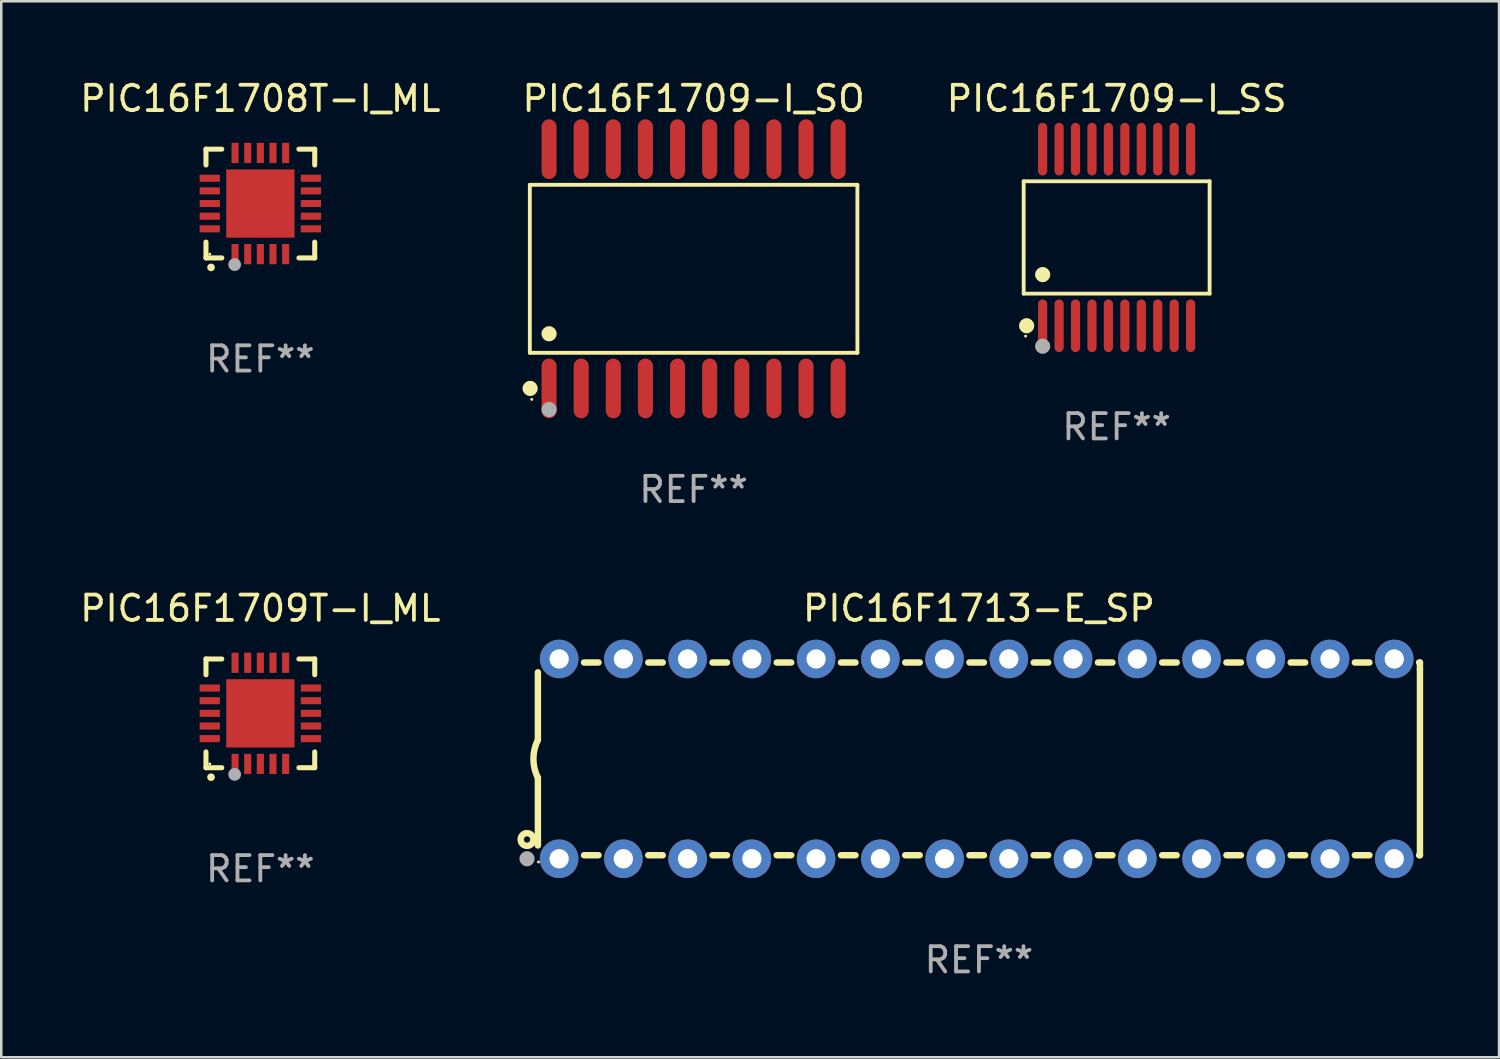
<source format=kicad_pcb>
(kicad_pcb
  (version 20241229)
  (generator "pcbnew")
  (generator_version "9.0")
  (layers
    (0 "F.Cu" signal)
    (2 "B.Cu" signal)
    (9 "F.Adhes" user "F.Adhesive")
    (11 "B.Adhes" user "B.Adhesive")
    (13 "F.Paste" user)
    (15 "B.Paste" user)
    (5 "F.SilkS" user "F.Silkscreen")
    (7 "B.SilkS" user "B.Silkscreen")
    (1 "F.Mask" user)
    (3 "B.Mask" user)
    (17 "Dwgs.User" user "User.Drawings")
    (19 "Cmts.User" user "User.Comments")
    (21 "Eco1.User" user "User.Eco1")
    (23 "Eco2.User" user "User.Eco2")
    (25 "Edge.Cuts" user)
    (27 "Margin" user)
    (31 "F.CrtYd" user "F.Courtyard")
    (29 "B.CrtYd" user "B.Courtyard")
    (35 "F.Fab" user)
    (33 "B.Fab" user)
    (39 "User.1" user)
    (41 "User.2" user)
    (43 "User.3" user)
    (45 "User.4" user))
  (footprint "PIC16F1709-I_SO"
    (layer "F.Cu")
    (at 24.375 7.578)
    (property "Reference" "PIC16F1709-I_SO" (at 0 -6.73 0) (layer "F.SilkS") (effects (font (size 1 1) (thickness 0.15))))
    (attr through_hole)
    (fp_line (start -6.476 -3.321) (end 6.476 -3.321) (stroke (width 0.152) (type solid)) (layer "F.SilkS"))
    (fp_line (start -6.476 3.321) (end -6.476 -3.321) (stroke (width 0.152) (type solid)) (layer "F.SilkS"))
    (fp_line (start 6.476 -3.321) (end 6.476 3.321) (stroke (width 0.152) (type solid)) (layer "F.SilkS"))
    (fp_line (start 6.476 3.321) (end -6.476 3.321) (stroke (width 0.152) (type solid)) (layer "F.SilkS"))
    (fp_circle (center -6.465 4.73) (end -6.315 4.73) (stroke (width 0.3) (type solid)) (fill no) (layer "F.SilkS"))
    (fp_circle (center -6.4 5.163) (end -6.37 5.163) (stroke (width 0.06) (type solid)) (fill no) (layer "F.SilkS"))
    (fp_circle (center -5.715 2.569) (end -5.565 2.569) (stroke (width 0.3) (type solid)) (fill no) (layer "F.SilkS"))
    (fp_circle (center -5.715 5.563) (end -5.565 5.563) (stroke (width 0.3) (type solid)) (fill no) (layer "F.Fab"))
    (fp_text user "REF**" (at 0 8.73 0) (layer "F.Fab") (effects (font (size 1 1) (thickness 0.15))))
    (pad "1" smd oval (at -5.715 4.73) (size 0.595 2.36) (layers "F.Cu" "F.Mask" "F.Paste"))
    (pad "2" smd oval (at -4.445 4.73) (size 0.595 2.36) (layers "F.Cu" "F.Mask" "F.Paste"))
    (pad "3" smd oval (at -3.175 4.73) (size 0.595 2.36) (layers "F.Cu" "F.Mask" "F.Paste"))
    (pad "4" smd oval (at -1.905 4.73) (size 0.595 2.36) (layers "F.Cu" "F.Mask" "F.Paste"))
    (pad "5" smd oval (at -0.635 4.73) (size 0.595 2.36) (layers "F.Cu" "F.Mask" "F.Paste"))
    (pad "6" smd oval (at 0.635 4.73) (size 0.595 2.36) (layers "F.Cu" "F.Mask" "F.Paste"))
    (pad "7" smd oval (at 1.905 4.73) (size 0.595 2.36) (layers "F.Cu" "F.Mask" "F.Paste"))
    (pad "8" smd oval (at 3.175 4.73) (size 0.595 2.36) (layers "F.Cu" "F.Mask" "F.Paste"))
    (pad "9" smd oval (at 4.445 4.73) (size 0.595 2.36) (layers "F.Cu" "F.Mask" "F.Paste"))
    (pad "10" smd oval (at 5.715 4.73) (size 0.595 2.36) (layers "F.Cu" "F.Mask" "F.Paste"))
    (pad "11" smd oval (at 5.715 -4.73) (size 0.595 2.36) (layers "F.Cu" "F.Mask" "F.Paste"))
    (pad "12" smd oval (at 4.445 -4.73) (size 0.595 2.36) (layers "F.Cu" "F.Mask" "F.Paste"))
    (pad "13" smd oval (at 3.175 -4.73) (size 0.595 2.36) (layers "F.Cu" "F.Mask" "F.Paste"))
    (pad "14" smd oval (at 1.905 -4.73) (size 0.595 2.36) (layers "F.Cu" "F.Mask" "F.Paste"))
    (pad "15" smd oval (at 0.635 -4.73) (size 0.595 2.36) (layers "F.Cu" "F.Mask" "F.Paste"))
    (pad "16" smd oval (at -0.635 -4.73) (size 0.595 2.36) (layers "F.Cu" "F.Mask" "F.Paste"))
    (pad "17" smd oval (at -1.905 -4.73) (size 0.595 2.36) (layers "F.Cu" "F.Mask" "F.Paste"))
    (pad "18" smd oval (at -3.175 -4.73) (size 0.595 2.36) (layers "F.Cu" "F.Mask" "F.Paste"))
    (pad "19" smd oval (at -4.445 -4.73) (size 0.595 2.36) (layers "F.Cu" "F.Mask" "F.Paste"))
    (pad "20" smd oval (at -5.715 -4.73) (size 0.595 2.36) (layers "F.Cu" "F.Mask" "F.Paste")))
  (footprint "PIC16F1709T-I_ML"
    (layer "F.Cu")
    (at 7.244 25.155)
    (property "Reference" "PIC16F1709T-I_ML" (at 0 -4.15 0) (layer "F.SilkS") (effects (font (size 1 1) (thickness 0.15))))
    (attr through_hole)
    (fp_line (start -2.15 -2.15) (end -2.15 -1.525) (stroke (width 0.2) (type solid)) (layer "F.SilkS"))
    (fp_line (start -2.15 2.15) (end -2.15 1.525) (stroke (width 0.2) (type solid)) (layer "F.SilkS"))
    (fp_line (start -1.525 -2.15) (end -2.15 -2.15) (stroke (width 0.2) (type solid)) (layer "F.SilkS"))
    (fp_line (start -1.525 2.15) (end -2.15 2.15) (stroke (width 0.2) (type solid)) (layer "F.SilkS"))
    (fp_line (start 1.525 2.15) (end 2.15 2.15) (stroke (width 0.2) (type solid)) (layer "F.SilkS"))
    (fp_line (start 2.15 -2.15) (end 1.525 -2.15) (stroke (width 0.2) (type solid)) (layer "F.SilkS"))
    (fp_line (start 2.15 -1.525) (end 2.15 -2.15) (stroke (width 0.2) (type solid)) (layer "F.SilkS"))
    (fp_line (start 2.15 2.15) (end 2.15 1.525) (stroke (width 0.2) (type solid)) (layer "F.SilkS"))
    (fp_arc (start -1.950724 2.524765) (mid -1.949454 2.52476) (end -1.948184 2.524765) (stroke (width 0.3) (type solid)) (layer "F.SilkS"))
    (fp_circle (center -2 2) (end -1.97 2) (stroke (width 0.06) (type solid)) (fill no) (layer "F.SilkS"))
    (fp_circle (center -1.016 2.413) (end -0.889 2.413) (stroke (width 0.254) (type solid)) (fill no) (layer "F.Fab"))
    (fp_text user "REF**" (at 0 6.15 0) (layer "F.Fab") (effects (font (size 1 1) (thickness 0.15))))
    (pad "1" smd rect (at -1 2) (size 0.28 0.8) (layers "F.Cu" "F.Mask" "F.Paste"))
    (pad "2" smd rect (at -0.5 2) (size 0.28 0.8) (layers "F.Cu" "F.Mask" "F.Paste"))
    (pad "3" smd rect (at 0 2) (size 0.28 0.8) (layers "F.Cu" "F.Mask" "F.Paste"))
    (pad "4" smd rect (at 0.5 2) (size 0.28 0.8) (layers "F.Cu" "F.Mask" "F.Paste"))
    (pad "5" smd rect (at 1 2) (size 0.28 0.8) (layers "F.Cu" "F.Mask" "F.Paste"))
    (pad "6" smd rect (at 2 1) (size 0.8 0.28) (layers "F.Cu" "F.Mask" "F.Paste"))
    (pad "7" smd rect (at 2 0.5) (size 0.8 0.28) (layers "F.Cu" "F.Mask" "F.Paste"))
    (pad "8" smd rect (at 2 0) (size 0.8 0.28) (layers "F.Cu" "F.Mask" "F.Paste"))
    (pad "9" smd rect (at 2 -0.5) (size 0.8 0.28) (layers "F.Cu" "F.Mask" "F.Paste"))
    (pad "10" smd rect (at 2 -1) (size 0.8 0.28) (layers "F.Cu" "F.Mask" "F.Paste"))
    (pad "11" smd rect (at 1 -2) (size 0.28 0.8) (layers "F.Cu" "F.Mask" "F.Paste"))
    (pad "12" smd rect (at 0.5 -2) (size 0.28 0.8) (layers "F.Cu" "F.Mask" "F.Paste"))
    (pad "13" smd rect (at 0 -2) (size 0.28 0.8) (layers "F.Cu" "F.Mask" "F.Paste"))
    (pad "14" smd rect (at -0.5 -2) (size 0.28 0.8) (layers "F.Cu" "F.Mask" "F.Paste"))
    (pad "15" smd rect (at -1 -2) (size 0.28 0.8) (layers "F.Cu" "F.Mask" "F.Paste"))
    (pad "16" smd rect (at -2 -1) (size 0.8 0.28) (layers "F.Cu" "F.Mask" "F.Paste"))
    (pad "17" smd rect (at -2 -0.5) (size 0.8 0.28) (layers "F.Cu" "F.Mask" "F.Paste"))
    (pad "18" smd rect (at -2 0) (size 0.8 0.28) (layers "F.Cu" "F.Mask" "F.Paste"))
    (pad "19" smd rect (at -2 0.5) (size 0.8 0.28) (layers "F.Cu" "F.Mask" "F.Paste"))
    (pad "20" smd rect (at -2 1) (size 0.8 0.28) (layers "F.Cu" "F.Mask" "F.Paste"))
    (pad "21" smd rect (at 0 0) (size 2.7 2.7) (layers "F.Cu" "F.Mask" "F.Paste")))
  (footprint "PIC16F1713-E_SP"
    (layer "F.Cu")
    (at 35.656 26.955)
    (property "Reference" "PIC16F1713-E_SP" (at 0 -5.95 0) (layer "F.SilkS") (effects (font (size 1 1) (thickness 0.15))))
    (attr through_hole)
    (fp_line (start -17.438 0.75) (end -17.438 3.423) (stroke (width 0.254) (type solid)) (layer "F.SilkS"))
    (fp_line (start -17.438 -3.423) (end -17.438 -0.75) (stroke (width 0.254) (type solid)) (layer "F.SilkS"))
    (fp_line (start -15.615 3.81) (end -15.041 3.81) (stroke (width 0.254) (type solid)) (layer "F.SilkS"))
    (fp_line (start -15.041 -3.81) (end -15.614 -3.81) (stroke (width 0.254) (type solid)) (layer "F.SilkS"))
    (fp_line (start -13.075 3.81) (end -12.501 3.81) (stroke (width 0.254) (type solid)) (layer "F.SilkS"))
    (fp_line (start -12.501 -3.81) (end -13.074 -3.81) (stroke (width 0.254) (type solid)) (layer "F.SilkS"))
    (fp_line (start -10.535 3.81) (end -9.961 3.81) (stroke (width 0.254) (type solid)) (layer "F.SilkS"))
    (fp_line (start -9.961 -3.81) (end -10.534 -3.81) (stroke (width 0.254) (type solid)) (layer "F.SilkS"))
    (fp_line (start -7.995 3.81) (end -7.421 3.81) (stroke (width 0.254) (type solid)) (layer "F.SilkS"))
    (fp_line (start -7.421 -3.81) (end -7.995 -3.81) (stroke (width 0.254) (type solid)) (layer "F.SilkS"))
    (fp_line (start -5.455 3.81) (end -4.881 3.81) (stroke (width 0.254) (type solid)) (layer "F.SilkS"))
    (fp_line (start -4.881 -3.81) (end -5.455 -3.81) (stroke (width 0.254) (type solid)) (layer "F.SilkS"))
    (fp_line (start -2.915 3.81) (end -2.341 3.81) (stroke (width 0.254) (type solid)) (layer "F.SilkS"))
    (fp_line (start -2.341 -3.81) (end -2.915 -3.81) (stroke (width 0.254) (type solid)) (layer "F.SilkS"))
    (fp_line (start -0.375 3.81) (end 0.199 3.81) (stroke (width 0.254) (type solid)) (layer "F.SilkS"))
    (fp_line (start 0.199 -3.81) (end -0.375 -3.81) (stroke (width 0.254) (type solid)) (layer "F.SilkS"))
    (fp_line (start 2.165 3.81) (end 2.739 3.81) (stroke (width 0.254) (type solid)) (layer "F.SilkS"))
    (fp_line (start 2.739 -3.81) (end 2.165 -3.81) (stroke (width 0.254) (type solid)) (layer "F.SilkS"))
    (fp_line (start 4.705 3.81) (end 5.279 3.81) (stroke (width 0.254) (type solid)) (layer "F.SilkS"))
    (fp_line (start 5.279 -3.81) (end 4.705 -3.81) (stroke (width 0.254) (type solid)) (layer "F.SilkS"))
    (fp_line (start 7.245 3.81) (end 7.819 3.81) (stroke (width 0.254) (type solid)) (layer "F.SilkS"))
    (fp_line (start 7.819 -3.81) (end 7.245 -3.81) (stroke (width 0.254) (type solid)) (layer "F.SilkS"))
    (fp_line (start 9.785 3.81) (end 10.359 3.81) (stroke (width 0.254) (type solid)) (layer "F.SilkS"))
    (fp_line (start 10.359 -3.81) (end 9.785 -3.81) (stroke (width 0.254) (type solid)) (layer "F.SilkS"))
    (fp_line (start 12.325 3.81) (end 12.899 3.81) (stroke (width 0.254) (type solid)) (layer "F.SilkS"))
    (fp_line (start 12.899 -3.81) (end 12.325 -3.81) (stroke (width 0.254) (type solid)) (layer "F.SilkS"))
    (fp_line (start 14.865 3.81) (end 15.439 3.81) (stroke (width 0.254) (type solid)) (layer "F.SilkS"))
    (fp_line (start 15.439 -3.81) (end 14.865 -3.81) (stroke (width 0.254) (type solid)) (layer "F.SilkS"))
    (fp_line (start 17.405 3.81) (end 17.438 3.81) (stroke (width 0.254) (type solid)) (layer "F.SilkS"))
    (fp_line (start 17.438 -3.81) (end 17.405 -3.81) (stroke (width 0.254) (type solid)) (layer "F.SilkS"))
    (fp_line (start 17.438 -3.556) (end 17.438 -3.81) (stroke (width 0.254) (type solid)) (layer "F.SilkS"))
    (fp_line (start 17.438 3.81) (end 17.438 -3.556) (stroke (width 0.254) (type solid)) (layer "F.SilkS"))
    (fp_arc (start -17.437986 0.749657) (mid -17.614887 -0.000024) (end -17.437783 -0.749657) (stroke (width 0.254001) (type solid)) (layer "F.SilkS"))
    (fp_circle (center -17.868 3.188) (end -17.743 3.188) (stroke (width 0.254) (type solid)) (fill no) (layer "F.SilkS"))
    (fp_circle (center -17.411 4.077) (end -17.381 4.077) (stroke (width 0.06) (type solid)) (fill no) (layer "F.SilkS"))
    (fp_circle (center -17.868 3.95) (end -17.718 3.95) (stroke (width 0.3) (type solid)) (fill no) (layer "F.Fab"))
    (fp_text user "REF**" (at 0 7.95 0) (layer "F.Fab") (effects (font (size 1 1) (thickness 0.15))))
    (pad "1" thru_hole circle (at -16.598 3.95) (size 1.524 1.524) (drill 0.762) (layers "*.Cu" "*.Mask"))
    (pad "2" thru_hole circle (at -14.058 3.95) (size 1.524 1.524) (drill 0.762) (layers "*.Cu" "*.Mask"))
    (pad "3" thru_hole circle (at -11.518 3.95) (size 1.524 1.524) (drill 0.762) (layers "*.Cu" "*.Mask"))
    (pad "4" thru_hole circle (at -8.978 3.95) (size 1.524 1.524) (drill 0.762) (layers "*.Cu" "*.Mask"))
    (pad "5" thru_hole circle (at -6.438 3.95) (size 1.524 1.524) (drill 0.762) (layers "*.Cu" "*.Mask"))
    (pad "6" thru_hole circle (at -3.898 3.95) (size 1.524 1.524) (drill 0.762) (layers "*.Cu" "*.Mask"))
    (pad "7" thru_hole circle (at -1.358 3.95) (size 1.524 1.524) (drill 0.762) (layers "*.Cu" "*.Mask"))
    (pad "8" thru_hole circle (at 1.182 3.95) (size 1.524 1.524) (drill 0.762) (layers "*.Cu" "*.Mask"))
    (pad "9" thru_hole circle (at 3.722 3.95) (size 1.524 1.524) (drill 0.762) (layers "*.Cu" "*.Mask"))
    (pad "10" thru_hole circle (at 6.262 3.95) (size 1.524 1.524) (drill 0.762) (layers "*.Cu" "*.Mask"))
    (pad "11" thru_hole circle (at 8.802 3.95) (size 1.524 1.524) (drill 0.762) (layers "*.Cu" "*.Mask"))
    (pad "12" thru_hole circle (at 11.342 3.95) (size 1.524 1.524) (drill 0.762) (layers "*.Cu" "*.Mask"))
    (pad "13" thru_hole circle (at 13.882 3.95) (size 1.524 1.524) (drill 0.762) (layers "*.Cu" "*.Mask"))
    (pad "14" thru_hole circle (at 16.422 3.95) (size 1.524 1.524) (drill 0.762) (layers "*.Cu" "*.Mask"))
    (pad "15" thru_hole circle (at 16.422 -3.95) (size 1.524 1.524) (drill 0.762) (layers "*.Cu" "*.Mask"))
    (pad "16" thru_hole circle (at 13.882 -3.95) (size 1.524 1.524) (drill 0.762) (layers "*.Cu" "*.Mask"))
    (pad "17" thru_hole circle (at 11.342 -3.95) (size 1.524 1.524) (drill 0.762) (layers "*.Cu" "*.Mask"))
    (pad "18" thru_hole circle (at 8.802 -3.95) (size 1.524 1.524) (drill 0.762) (layers "*.Cu" "*.Mask"))
    (pad "19" thru_hole circle (at 6.262 -3.95) (size 1.524 1.524) (drill 0.762) (layers "*.Cu" "*.Mask"))
    (pad "20" thru_hole circle (at 3.722 -3.95) (size 1.524 1.524) (drill 0.762) (layers "*.Cu" "*.Mask"))
    (pad "21" thru_hole circle (at 1.182 -3.95) (size 1.524 1.524) (drill 0.762) (layers "*.Cu" "*.Mask"))
    (pad "22" thru_hole circle (at -1.358 -3.95) (size 1.524 1.524) (drill 0.762) (layers "*.Cu" "*.Mask"))
    (pad "23" thru_hole circle (at -3.898 -3.95) (size 1.524 1.524) (drill 0.762) (layers "*.Cu" "*.Mask"))
    (pad "24" thru_hole circle (at -6.438 -3.95) (size 1.524 1.524) (drill 0.762) (layers "*.Cu" "*.Mask"))
    (pad "25" thru_hole circle (at -8.978 -3.95) (size 1.524 1.524) (drill 0.762) (layers "*.Cu" "*.Mask"))
    (pad "26" thru_hole circle (at -11.517 -3.95) (size 1.524 1.524) (drill 0.762) (layers "*.Cu" "*.Mask"))
    (pad "27" thru_hole circle (at -14.057 -3.95) (size 1.524 1.524) (drill 0.762) (layers "*.Cu" "*.Mask"))
    (pad "28" thru_hole circle (at -16.597 -3.95) (size 1.524 1.524) (drill 0.762) (layers "*.Cu" "*.Mask")))
  (footprint "PIC16F1709-I_SS"
    (layer "F.Cu")
    (at 41.101 6.339)
    (property "Reference" "PIC16F1709-I_SS" (at 0 -5.491 0) (layer "F.SilkS") (effects (font (size 1 1) (thickness 0.15))))
    (attr through_hole)
    (fp_line (start -3.676 -2.221) (end 3.676 -2.221) (stroke (width 0.152) (type solid)) (layer "F.SilkS"))
    (fp_line (start -3.676 2.221) (end -3.676 -2.221) (stroke (width 0.152) (type solid)) (layer "F.SilkS"))
    (fp_line (start 3.676 -2.221) (end 3.676 2.221) (stroke (width 0.152) (type solid)) (layer "F.SilkS"))
    (fp_line (start 3.676 2.221) (end -3.676 2.221) (stroke (width 0.152) (type solid)) (layer "F.SilkS"))
    (fp_circle (center -3.6 3.9) (end -3.57 3.9) (stroke (width 0.06) (type solid)) (fill no) (layer "F.SilkS"))
    (fp_circle (center -3.559 3.491) (end -3.409 3.491) (stroke (width 0.3) (type solid)) (fill no) (layer "F.SilkS"))
    (fp_circle (center -2.925 1.469) (end -2.775 1.469) (stroke (width 0.3) (type solid)) (fill no) (layer "F.SilkS"))
    (fp_circle (center -2.925 4.3) (end -2.775 4.3) (stroke (width 0.3) (type solid)) (fill no) (layer "F.Fab"))
    (fp_text user "REF**" (at 0 7.491 0) (layer "F.Fab") (effects (font (size 1 1) (thickness 0.15))))
    (pad "1" smd oval (at -2.925 3.491) (size 0.364 2.082) (layers "F.Cu" "F.Mask" "F.Paste"))
    (pad "2" smd oval (at -2.275 3.491) (size 0.364 2.082) (layers "F.Cu" "F.Mask" "F.Paste"))
    (pad "3" smd oval (at -1.625 3.491) (size 0.364 2.082) (layers "F.Cu" "F.Mask" "F.Paste"))
    (pad "4" smd oval (at -0.975 3.491) (size 0.364 2.082) (layers "F.Cu" "F.Mask" "F.Paste"))
    (pad "5" smd oval (at -0.325 3.491) (size 0.364 2.082) (layers "F.Cu" "F.Mask" "F.Paste"))
    (pad "6" smd oval (at 0.325 3.491) (size 0.364 2.082) (layers "F.Cu" "F.Mask" "F.Paste"))
    (pad "7" smd oval (at 0.975 3.491) (size 0.364 2.082) (layers "F.Cu" "F.Mask" "F.Paste"))
    (pad "8" smd oval (at 1.625 3.491) (size 0.364 2.082) (layers "F.Cu" "F.Mask" "F.Paste"))
    (pad "9" smd oval (at 2.275 3.491) (size 0.364 2.082) (layers "F.Cu" "F.Mask" "F.Paste"))
    (pad "10" smd oval (at 2.925 3.491) (size 0.364 2.082) (layers "F.Cu" "F.Mask" "F.Paste"))
    (pad "11" smd oval (at 2.925 -3.491) (size 0.364 2.082) (layers "F.Cu" "F.Mask" "F.Paste"))
    (pad "12" smd oval (at 2.275 -3.491) (size 0.364 2.082) (layers "F.Cu" "F.Mask" "F.Paste"))
    (pad "13" smd oval (at 1.625 -3.491) (size 0.364 2.082) (layers "F.Cu" "F.Mask" "F.Paste"))
    (pad "14" smd oval (at 0.975 -3.491) (size 0.364 2.082) (layers "F.Cu" "F.Mask" "F.Paste"))
    (pad "15" smd oval (at 0.325 -3.491) (size 0.364 2.082) (layers "F.Cu" "F.Mask" "F.Paste"))
    (pad "16" smd oval (at -0.325 -3.491) (size 0.364 2.082) (layers "F.Cu" "F.Mask" "F.Paste"))
    (pad "17" smd oval (at -0.975 -3.491) (size 0.364 2.082) (layers "F.Cu" "F.Mask" "F.Paste"))
    (pad "18" smd oval (at -1.625 -3.491) (size 0.364 2.082) (layers "F.Cu" "F.Mask" "F.Paste"))
    (pad "19" smd oval (at -2.275 -3.491) (size 0.364 2.082) (layers "F.Cu" "F.Mask" "F.Paste"))
    (pad "20" smd oval (at -2.925 -3.491) (size 0.364 2.082) (layers "F.Cu" "F.Mask" "F.Paste")))
  (footprint "PIC16F1708T-I_ML"
    (layer "F.Cu")
    (at 7.244 4.998)
    (property "Reference" "PIC16F1708T-I_ML" (at 0 -4.15 0) (layer "F.SilkS") (effects (font (size 1 1) (thickness 0.15))))
    (attr through_hole)
    (fp_line (start -2.15 -2.15) (end -2.15 -1.525) (stroke (width 0.2) (type solid)) (layer "F.SilkS"))
    (fp_line (start -2.15 2.15) (end -2.15 1.525) (stroke (width 0.2) (type solid)) (layer "F.SilkS"))
    (fp_line (start -1.525 -2.15) (end -2.15 -2.15) (stroke (width 0.2) (type solid)) (layer "F.SilkS"))
    (fp_line (start -1.525 2.15) (end -2.15 2.15) (stroke (width 0.2) (type solid)) (layer "F.SilkS"))
    (fp_line (start 1.525 2.15) (end 2.15 2.15) (stroke (width 0.2) (type solid)) (layer "F.SilkS"))
    (fp_line (start 2.15 -2.15) (end 1.525 -2.15) (stroke (width 0.2) (type solid)) (layer "F.SilkS"))
    (fp_line (start 2.15 -1.525) (end 2.15 -2.15) (stroke (width 0.2) (type solid)) (layer "F.SilkS"))
    (fp_line (start 2.15 2.15) (end 2.15 1.525) (stroke (width 0.2) (type solid)) (layer "F.SilkS"))
    (fp_arc (start -1.950724 2.524765) (mid -1.949454 2.52476) (end -1.948184 2.524765) (stroke (width 0.3) (type solid)) (layer "F.SilkS"))
    (fp_circle (center -2 2) (end -1.97 2) (stroke (width 0.06) (type solid)) (fill no) (layer "F.SilkS"))
    (fp_circle (center -1.016 2.413) (end -0.889 2.413) (stroke (width 0.254) (type solid)) (fill no) (layer "F.Fab"))
    (fp_text user "REF**" (at 0 6.15 0) (layer "F.Fab") (effects (font (size 1 1) (thickness 0.15))))
    (pad "1" smd rect (at -1 2) (size 0.28 0.8) (layers "F.Cu" "F.Mask" "F.Paste"))
    (pad "2" smd rect (at -0.5 2) (size 0.28 0.8) (layers "F.Cu" "F.Mask" "F.Paste"))
    (pad "3" smd rect (at 0 2) (size 0.28 0.8) (layers "F.Cu" "F.Mask" "F.Paste"))
    (pad "4" smd rect (at 0.5 2) (size 0.28 0.8) (layers "F.Cu" "F.Mask" "F.Paste"))
    (pad "5" smd rect (at 1 2) (size 0.28 0.8) (layers "F.Cu" "F.Mask" "F.Paste"))
    (pad "6" smd rect (at 2 1) (size 0.8 0.28) (layers "F.Cu" "F.Mask" "F.Paste"))
    (pad "7" smd rect (at 2 0.5) (size 0.8 0.28) (layers "F.Cu" "F.Mask" "F.Paste"))
    (pad "8" smd rect (at 2 0) (size 0.8 0.28) (layers "F.Cu" "F.Mask" "F.Paste"))
    (pad "9" smd rect (at 2 -0.5) (size 0.8 0.28) (layers "F.Cu" "F.Mask" "F.Paste"))
    (pad "10" smd rect (at 2 -1) (size 0.8 0.28) (layers "F.Cu" "F.Mask" "F.Paste"))
    (pad "11" smd rect (at 1 -2) (size 0.28 0.8) (layers "F.Cu" "F.Mask" "F.Paste"))
    (pad "12" smd rect (at 0.5 -2) (size 0.28 0.8) (layers "F.Cu" "F.Mask" "F.Paste"))
    (pad "13" smd rect (at 0 -2) (size 0.28 0.8) (layers "F.Cu" "F.Mask" "F.Paste"))
    (pad "14" smd rect (at -0.5 -2) (size 0.28 0.8) (layers "F.Cu" "F.Mask" "F.Paste"))
    (pad "15" smd rect (at -1 -2) (size 0.28 0.8) (layers "F.Cu" "F.Mask" "F.Paste"))
    (pad "16" smd rect (at -2 -1) (size 0.8 0.28) (layers "F.Cu" "F.Mask" "F.Paste"))
    (pad "17" smd rect (at -2 -0.5) (size 0.8 0.28) (layers "F.Cu" "F.Mask" "F.Paste"))
    (pad "18" smd rect (at -2 0) (size 0.8 0.28) (layers "F.Cu" "F.Mask" "F.Paste"))
    (pad "19" smd rect (at -2 0.5) (size 0.8 0.28) (layers "F.Cu" "F.Mask" "F.Paste"))
    (pad "20" smd rect (at -2 1) (size 0.8 0.28) (layers "F.Cu" "F.Mask" "F.Paste"))
    (pad "21" smd rect (at 0 0) (size 2.7 2.7) (layers "F.Cu" "F.Mask" "F.Paste")))
  (gr_rect
    (start -3 -3)
    (end 56.221 38.753)
    (stroke (width 0.1) (type default))
    (fill no)
    (layer "Edge.Cuts")))
</source>
